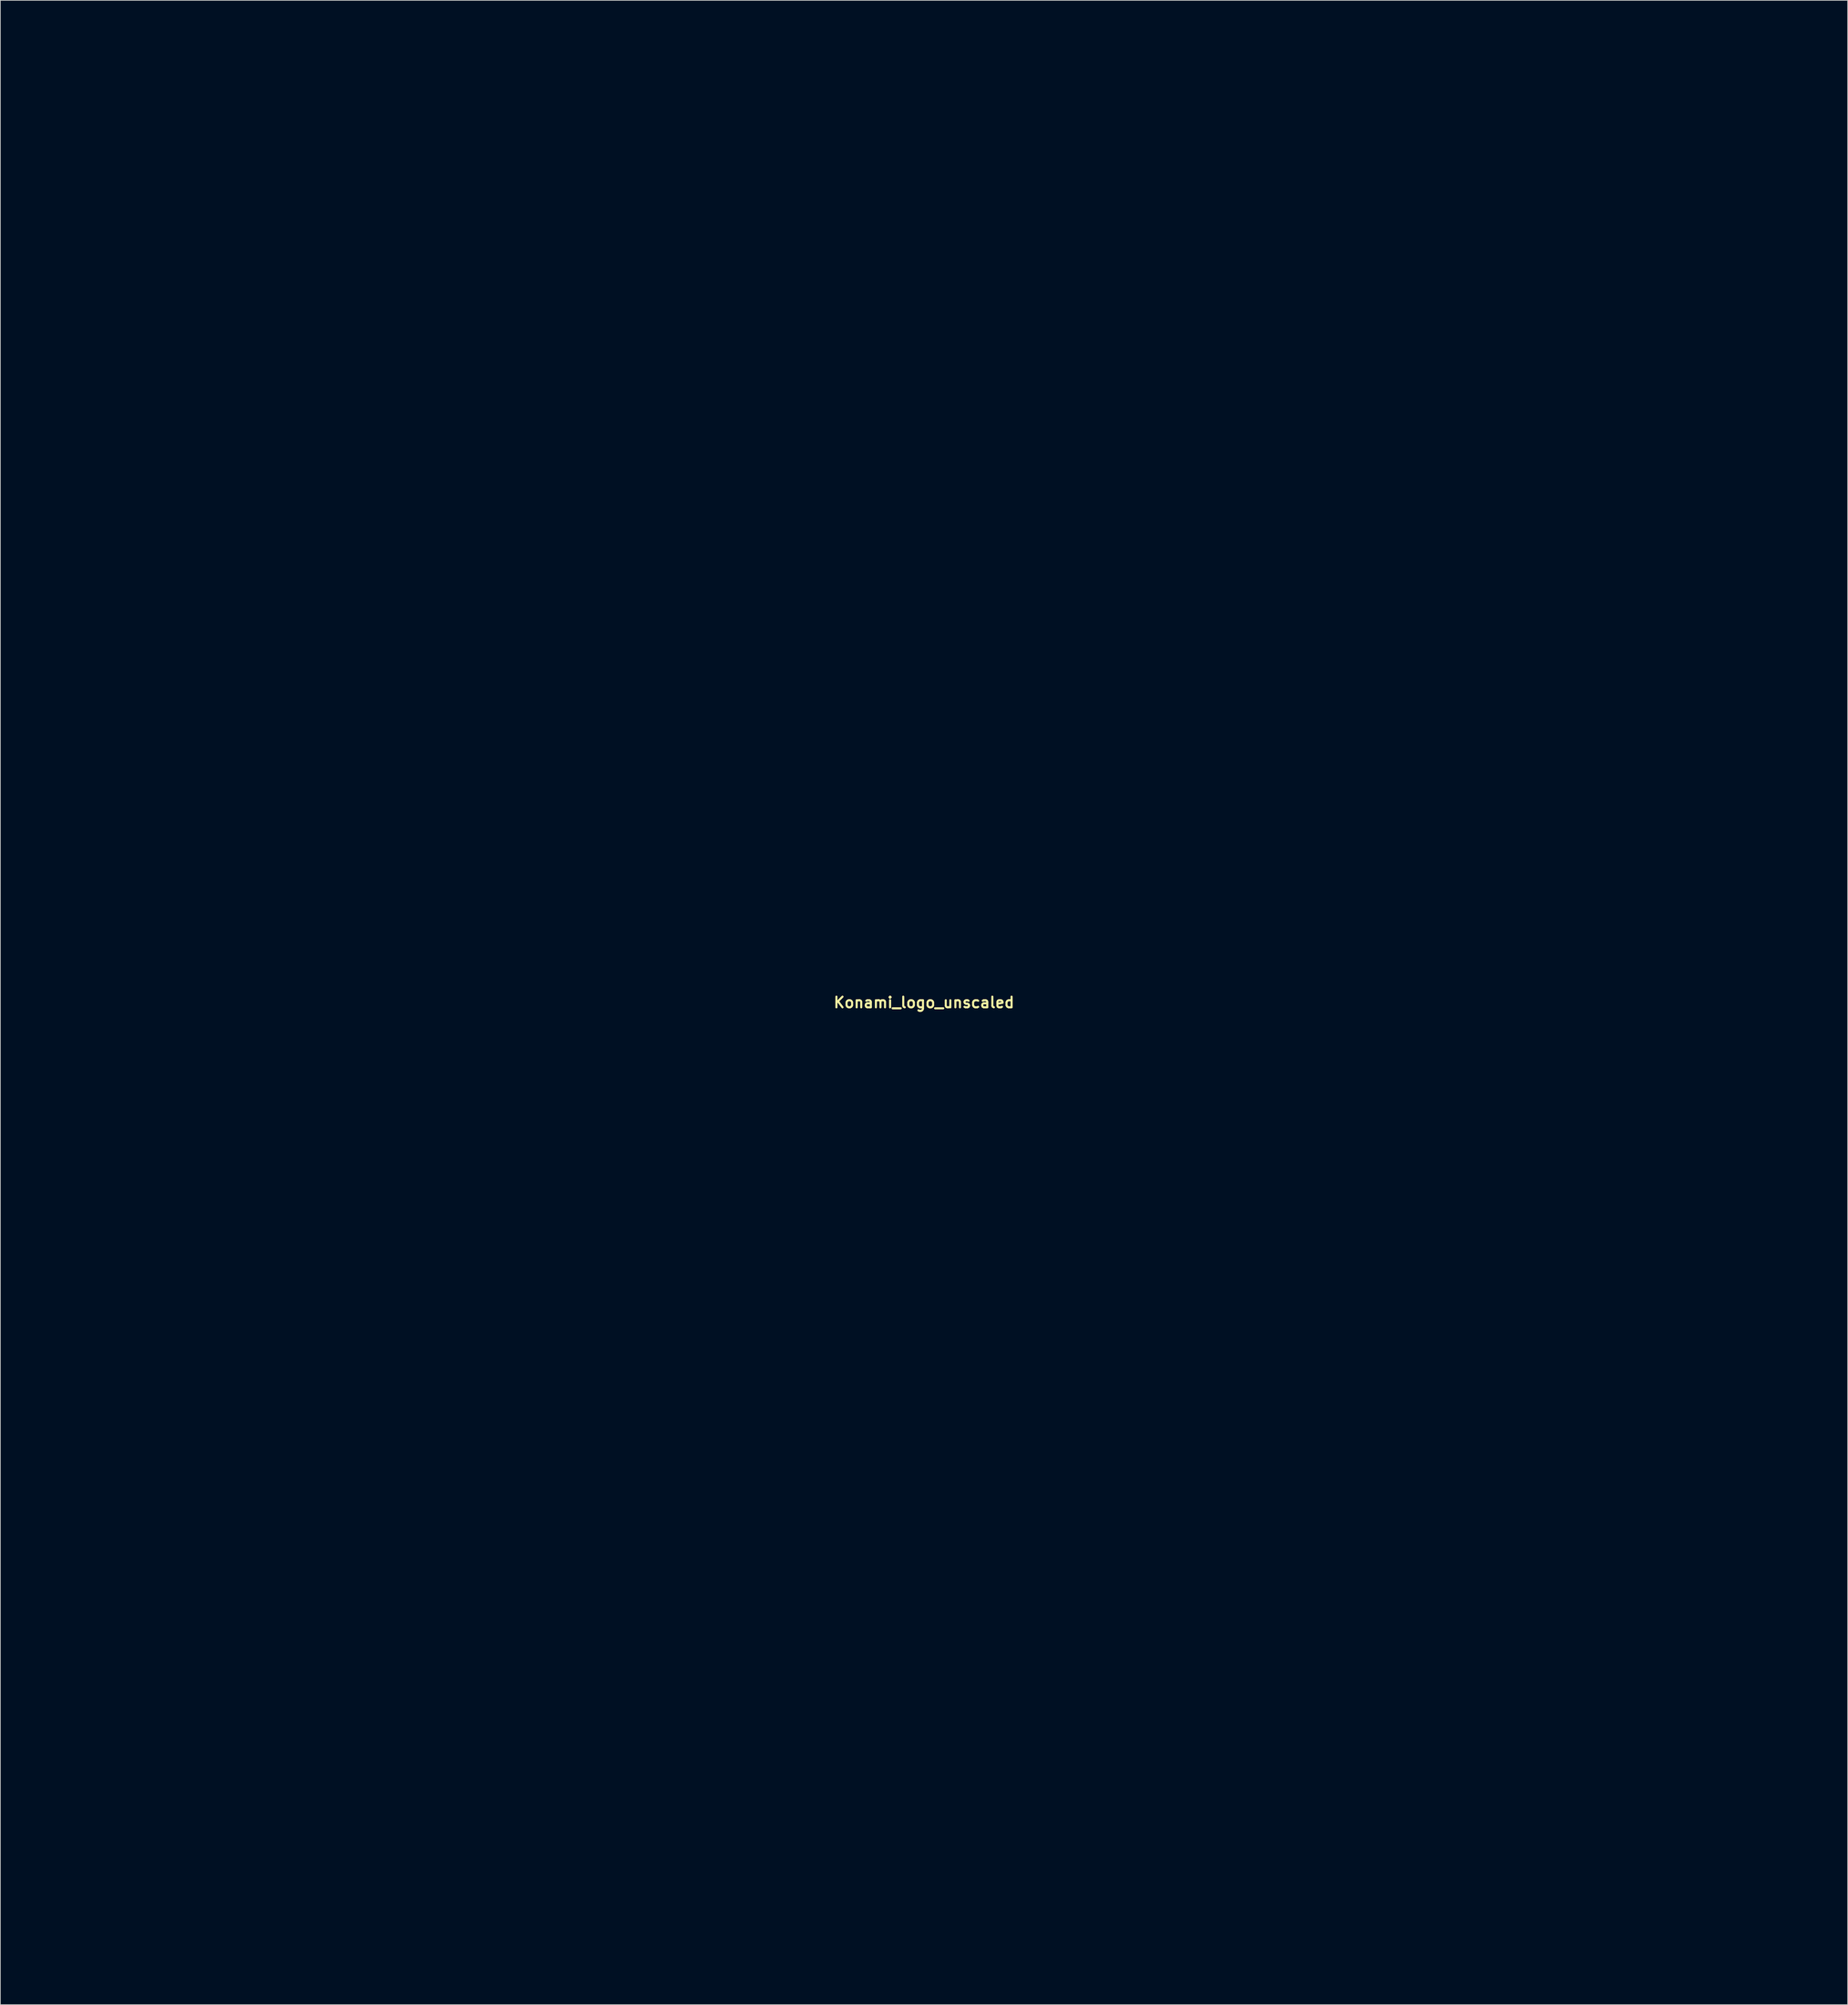
<source format=kicad_pcb>
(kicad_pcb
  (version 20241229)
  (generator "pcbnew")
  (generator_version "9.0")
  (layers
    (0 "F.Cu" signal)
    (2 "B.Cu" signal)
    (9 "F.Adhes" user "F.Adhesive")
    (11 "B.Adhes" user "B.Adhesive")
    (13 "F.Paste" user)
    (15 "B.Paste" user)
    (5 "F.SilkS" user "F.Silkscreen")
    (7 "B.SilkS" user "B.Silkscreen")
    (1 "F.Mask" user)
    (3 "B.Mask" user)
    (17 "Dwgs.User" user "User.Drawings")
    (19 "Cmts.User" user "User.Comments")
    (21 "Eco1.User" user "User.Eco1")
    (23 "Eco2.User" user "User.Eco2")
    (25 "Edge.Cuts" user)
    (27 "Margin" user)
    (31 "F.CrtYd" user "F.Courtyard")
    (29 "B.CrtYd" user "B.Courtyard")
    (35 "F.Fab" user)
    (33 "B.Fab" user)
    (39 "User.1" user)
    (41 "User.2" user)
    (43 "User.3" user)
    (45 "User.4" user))
  (footprint "Konami_logo_unscaled"
    (layer "F.Cu")
    (at 129.411 140.641)
    (property "Reference" "Konami_logo_unscaled" (at 0 0 0) (layer "F.SilkS") (effects (font (size 1.524 1.524) (thickness 0.3))))
    (attr through_hole)
    (fp_poly (pts (xy 28.839 100.695) (xy 28.847 101.076) (xy 28.822 101.905) (xy 28.769 103.093) (xy 28.694 104.555) (xy 28.601 106.203) (xy 28.497 107.951) (xy 28.387 109.712) (xy 28.275 111.399) (xy 28.168 112.927) (xy 28.07 114.207) (xy 27.987 115.153) (xy 27.923 115.679) (xy 27.919 115.704) (xy 27.857 115.928) (xy 27.723 116.089) (xy 27.439 116.196) (xy 26.925 116.26) (xy 26.101 116.292) (xy 24.889 116.304) (xy 23.515 116.305) (xy 19.233 116.305) (xy 19.576 115.676) (xy 20.212 114.536) (xy 20.997 113.176) (xy 21.893 111.655) (xy 22.863 110.033) (xy 23.871 108.372) (xy 24.878 106.731) (xy 25.847 105.17) (xy 26.741 103.751) (xy 27.523 102.532) (xy 28.155 101.576) (xy 28.6 100.94) (xy 28.822 100.688) (xy 28.839 100.695)) (stroke (width 0.01) (type solid)) (fill no) (layer "Eco2.User"))
    (fp_poly (pts (xy -53.077 99.34) (xy -51.533 99.427) (xy -50.366 99.701) (xy -49.436 100.215) (xy -48.604 101.024) (xy -48.566 101.068) (xy -47.996 101.84) (xy -47.642 102.607) (xy -47.5 103.473) (xy -47.563 104.54) (xy -47.827 105.912) (xy -48.234 107.495) (xy -48.771 109.344) (xy -49.407 111.336) (xy -50.102 113.361) (xy -50.815 115.312) (xy -51.507 117.08) (xy -52.139 118.555) (xy -52.669 119.629) (xy -52.692 119.67) (xy -53.819 121.37) (xy -55.097 122.804) (xy -56.425 123.869) (xy -57.073 124.229) (xy -58.821 124.771) (xy -60.697 124.886) (xy -62.53 124.576) (xy -63.67 124.12) (xy -64.952 123.252) (xy -65.779 122.176) (xy -66.186 120.826) (xy -66.215 119.238) (xy -66.007 117.883) (xy -65.583 116.163) (xy -64.984 114.18) (xy -64.249 112.04) (xy -63.419 109.846) (xy -62.533 107.701) (xy -61.632 105.71) (xy -60.754 103.977) (xy -59.941 102.606) (xy -59.676 102.226) (xy -58.726 101.255) (xy -57.359 100.385) (xy -57.037 100.221) (xy -56.018 99.752) (xy -55.19 99.484) (xy -54.315 99.364) (xy -53.158 99.34) (xy -53.077 99.34)) (stroke (width 0.01) (type solid)) (fill no) (layer "Eco2.User"))
    (fp_poly (pts (xy 129.406 140.636) (xy -129.406 140.636) (xy -129.406 131.861) (xy -117.375 131.861) (xy -117.121 131.928) (xy -116.413 131.98) (xy -115.332 132.015) (xy -113.958 132.029) (xy -112.371 132.022) (xy -112.103 132.019) (xy -106.832 131.946) (xy -102.813 121.599) (xy -101.949 119.389) (xy -101.14 117.349) (xy -100.408 115.531) (xy -99.774 113.984) (xy -99.257 112.759) (xy -98.88 111.907) (xy -98.663 111.478) (xy -98.621 111.439) (xy -98.519 111.731) (xy -98.3 112.485) (xy -97.981 113.644) (xy -97.575 115.152) (xy -97.1 116.952) (xy -96.568 118.987) (xy -95.997 121.201) (xy -95.829 121.853) (xy -93.211 132.08) (xy -86.978 132.08) (xy -85.217 132.076) (xy -83.648 132.065) (xy -82.347 132.048) (xy -81.387 132.026) (xy -80.842 132.001) (xy -80.745 131.984) (xy -80.811 131.713) (xy -81 130.98) (xy -81.298 129.84) (xy -81.689 128.346) (xy -82.16 126.555) (xy -82.697 124.52) (xy -83.285 122.296) (xy -83.553 121.283) (xy -83.765 120.479) (xy -77.278 120.479) (xy -77.19 122.369) (xy -76.953 124.026) (xy -76.725 124.891) (xy -75.701 127.2) (xy -74.317 129.113) (xy -72.574 130.631) (xy -70.471 131.753) (xy -70.357 131.799) (xy -68.23 132.445) (xy -65.759 132.881) (xy -63.094 133.096) (xy -60.386 133.077) (xy -57.786 132.813) (xy -57.409 132.751) (xy -54.623 132.091) (xy 38.838 132.091) (xy 48.982 131.946) (xy 54.628 116.88) (xy 55.638 114.192) (xy 56.593 111.666) (xy 57.476 109.344) (xy 58.271 107.268) (xy 58.962 105.48) (xy 59.532 104.023) (xy 59.965 102.939) (xy 60.245 102.27) (xy 60.356 102.06) (xy 60.356 102.061) (xy 60.352 102.367) (xy 60.312 103.156) (xy 60.238 104.381) (xy 60.133 105.99) (xy 60.002 107.935) (xy 59.847 110.167) (xy 59.672 112.635) (xy 59.479 115.291) (xy 59.362 116.885) (xy 59.16 119.629) (xy 58.97 122.216) (xy 58.797 124.596) (xy 58.642 126.719) (xy 58.511 128.536) (xy 58.407 129.997) (xy 58.333 131.052) (xy 58.293 131.652) (xy 58.286 131.771) (xy 58.46 131.888) (xy 59.008 131.975) (xy 59.971 132.032) (xy 61.387 132.063) (xy 63.298 132.069) (xy 63.299 132.069) (xy 68.313 132.058) (xy 78.182 116.829) (xy 79.849 114.259) (xy 81.431 111.825) (xy 82.903 109.565) (xy 84.242 107.513) (xy 85.424 105.707) (xy 86.424 104.183) (xy 87.22 102.979) (xy 87.787 102.129) (xy 88.101 101.672) (xy 88.157 101.6) (xy 88.16 101.766) (xy 88.141 101.801) (xy 88.024 102.084) (xy 87.738 102.814) (xy 87.304 103.938) (xy 86.742 105.4) (xy 86.072 107.148) (xy 85.315 109.129) (xy 84.491 111.288) (xy 83.621 113.572) (xy 82.725 115.927) (xy 81.822 118.3) (xy 80.935 120.637) (xy 80.083 122.885) (xy 79.286 124.99) (xy 78.565 126.898) (xy 77.94 128.556) (xy 77.432 129.91) (xy 77.06 130.906) (xy 76.846 131.491) (xy 76.803 131.618) (xy 76.788 131.785) (xy 76.896 131.906) (xy 77.197 131.986) (xy 77.76 132.031) (xy 78.655 132.047) (xy 79.951 132.041) (xy 81.573 132.019) (xy 86.478 131.946) (xy 86.553 131.746) (xy 93.592 131.746) (xy 93.714 131.869) (xy 94.126 131.96) (xy 94.883 132.023) (xy 96.04 132.061) (xy 97.65 132.078) (xy 98.61 132.08) (xy 103.641 132.08) (xy 111.044 112.495) (xy 112.21 109.409) (xy 113.319 106.466) (xy 114.357 103.707) (xy 115.311 101.169) (xy 116.164 98.89) (xy 116.904 96.909) (xy 117.516 95.264) (xy 117.985 93.994) (xy 118.298 93.137) (xy 118.439 92.731) (xy 118.445 92.704) (xy 118.191 92.644) (xy 117.484 92.598) (xy 116.406 92.569) (xy 115.038 92.558) (xy 113.462 92.568) (xy 113.304 92.571) (xy 108.163 92.643) (xy 100.885 112.027) (xy 99.731 115.103) (xy 98.634 118.036) (xy 97.607 120.789) (xy 96.664 123.322) (xy 95.821 125.596) (xy 95.092 127.573) (xy 94.49 129.213) (xy 94.031 130.477) (xy 93.728 131.327) (xy 93.597 131.724) (xy 93.592 131.746) (xy 86.553 131.746) (xy 93.76 112.562) (xy 94.913 109.487) (xy 96.011 106.553) (xy 97.039 103.8) (xy 97.981 101.267) (xy 98.825 98.992) (xy 99.554 97.015) (xy 100.156 95.375) (xy 100.615 94.11) (xy 100.918 93.259) (xy 101.049 92.862) (xy 101.053 92.84) (xy 100.953 92.745) (xy 100.614 92.671) (xy 99.991 92.616) (xy 99.04 92.579) (xy 97.717 92.559) (xy 95.975 92.553) (xy 93.77 92.562) (xy 92.204 92.573) (xy 83.343 92.643) (xy 75.56 106.339) (xy 74.154 108.808) (xy 72.827 111.127) (xy 71.602 113.255) (xy 70.503 115.154) (xy 69.552 116.783) (xy 68.773 118.103) (xy 68.19 119.073) (xy 67.825 119.655) (xy 67.701 119.812) (xy 67.721 119.511) (xy 67.806 118.731) (xy 67.951 117.525) (xy 68.148 115.946) (xy 68.392 114.044) (xy 68.675 111.871) (xy 68.991 109.48) (xy 69.333 106.922) (xy 69.372 106.628) (xy 69.72 104.04) (xy 70.044 101.6) (xy 70.339 99.364) (xy 70.596 97.383) (xy 70.81 95.713) (xy 70.973 94.406) (xy 71.079 93.518) (xy 71.12 93.1) (xy 71.12 93.088) (xy 71.12 92.509) (xy 62.446 92.509) (xy 59.793 92.516) (xy 57.647 92.537) (xy 55.984 92.573) (xy 54.777 92.625) (xy 53.999 92.693) (xy 53.625 92.779) (xy 53.587 92.811) (xy 53.466 93.103) (xy 53.172 93.858) (xy 52.722 95.036) (xy 52.129 96.599) (xy 51.407 98.508) (xy 50.572 100.724) (xy 49.638 103.207) (xy 48.619 105.921) (xy 47.532 108.824) (xy 46.389 111.88) (xy 46.119 112.601) (xy 38.838 132.091) (xy -54.623 132.091) (xy -54.622 132.091) (xy -2.135 132.091) (xy 3.258 132.019) (xy 8.651 131.946) (xy 11.23 128.203) (xy 13.808 124.46) (xy 20.712 124.389) (xy 27.617 124.317) (xy 27.455 126.126) (xy 27.345 127.364) (xy 27.218 128.803) (xy 27.112 130.008) (xy 26.93 132.08) (xy 36.841 132.08) (xy 36.999 128.27) (xy 37.038 127.114) (xy 37.082 125.511) (xy 37.128 123.552) (xy 37.175 121.325) (xy 37.219 118.918) (xy 37.261 116.421) (xy 37.295 114.033) (xy 37.333 111.431) (xy 37.376 108.747) (xy 37.423 106.088) (xy 37.472 103.558) (xy 37.52 101.265) (xy 37.567 99.314) (xy 37.601 98.053) (xy 37.767 92.5) (xy 23.714 92.643) (xy 12.122 110.289) (xy 10.265 113.116) (xy 8.467 115.856) (xy 6.752 118.47) (xy 5.146 120.918) (xy 3.676 123.161) (xy 2.366 125.161) (xy 1.242 126.879) (xy 0.33 128.274) (xy -0.345 129.308) (xy -0.756 129.942) (xy -0.802 130.013) (xy -2.135 132.091) (xy -54.622 132.091) (xy -54.575 132.08) (xy -41.434 132.08) (xy -31.34 132.08) (xy -30.948 131.077) (xy -30.785 130.644) (xy -30.459 129.756) (xy -29.986 128.464) (xy -29.384 126.815) (xy -28.671 124.86) (xy -27.866 122.645) (xy -26.986 120.222) (xy -26.048 117.637) (xy -25.371 115.771) (xy -20.186 101.466) (xy -20.022 113.364) (xy -19.987 115.987) (xy -19.952 118.571) (xy -19.919 121.039) (xy -19.889 123.315) (xy -19.863 125.323) (xy -19.842 126.987) (xy -19.827 128.23) (xy -19.822 128.671) (xy -19.785 132.08) (xy -12.098 132.074) (xy -4.412 132.067) (xy 2.875 112.489) (xy 4.024 109.4) (xy 5.117 106.456) (xy 6.14 103.694) (xy 7.079 101.155) (xy 7.92 98.876) (xy 8.648 96.895) (xy 9.25 95.252) (xy 9.711 93.984) (xy 10.017 93.131) (xy 10.155 92.73) (xy 10.161 92.704) (xy 9.907 92.643) (xy 9.202 92.597) (xy 8.127 92.568) (xy 6.767 92.558) (xy 5.204 92.57) (xy 5.178 92.57) (xy 0.196 92.643) (xy -4.758 107.416) (xy -5.66 110.097) (xy -6.512 112.619) (xy -7.3 114.935) (xy -8.008 117.004) (xy -8.621 118.78) (xy -9.124 120.219) (xy -9.501 121.278) (xy -9.738 121.912) (xy -9.818 122.084) (xy -9.845 121.809) (xy -9.888 121.06) (xy -9.946 119.897) (xy -10.017 118.379) (xy -10.097 116.566) (xy -10.185 114.519) (xy -10.278 112.296) (xy -10.374 109.959) (xy -10.47 107.567) (xy -10.563 105.179) (xy -10.652 102.856) (xy -10.735 100.658) (xy -10.808 98.645) (xy -10.869 96.876) (xy -10.916 95.412) (xy -10.946 94.311) (xy -10.958 93.646) (xy -10.962 92.509) (xy -26.905 92.509) (xy -33.675 111.025) (xy -34.786 114.064) (xy -35.855 116.983) (xy -36.864 119.737) (xy -37.798 122.285) (xy -38.641 124.582) (xy -39.378 126.588) (xy -39.993 128.258) (xy -40.469 129.55) (xy -40.793 130.421) (xy -40.939 130.81) (xy -41.434 132.08) (xy -54.575 132.08) (xy -54.156 131.981) (xy -51.275 130.858) (xy -48.718 129.358) (xy -46.433 127.457) (xy -46.121 127.146) (xy -44.953 125.86) (xy -43.901 124.476) (xy -42.91 122.901) (xy -41.92 121.04) (xy -40.875 118.797) (xy -40.393 117.688) (xy -39.058 114.431) (xy -38.013 111.565) (xy -37.244 109.037) (xy -36.739 106.796) (xy -36.487 104.788) (xy -36.475 102.962) (xy -36.628 101.611) (xy -37.273 99.162) (xy -38.329 97.053) (xy -39.798 95.28) (xy -41.684 93.84) (xy -43.991 92.728) (xy -45.633 92.203) (xy -47.663 91.812) (xy -50.02 91.612) (xy -52.531 91.601) (xy -55.025 91.776) (xy -57.329 92.137) (xy -58.153 92.331) (xy -61.179 93.32) (xy -63.854 94.62) (xy -66.227 96.272) (xy -68.347 98.318) (xy -70.265 100.799) (xy -72.029 103.759) (xy -72.298 104.274) (xy -73.779 107.336) (xy -75.034 110.28) (xy -76.03 113.024) (xy -76.735 115.483) (xy -76.988 116.689) (xy -77.213 118.528) (xy -77.278 120.479) (xy -83.765 120.479) (xy -84.159 118.988) (xy -84.72 116.852) (xy -85.222 114.931) (xy -85.65 113.28) (xy -85.99 111.956) (xy -86.227 111.014) (xy -86.348 110.509) (xy -86.36 110.441) (xy -86.168 110.219) (xy -85.616 109.675) (xy -84.744 108.846) (xy -83.591 107.766) (xy -82.194 106.473) (xy -80.592 105.001) (xy -78.824 103.386) (xy -76.928 101.665) (xy -76.887 101.628) (xy -74.983 99.902) (xy -73.2 98.282) (xy -71.578 96.802) (xy -70.155 95.499) (xy -68.97 94.41) (xy -68.065 93.569) (xy -67.477 93.015) (xy -67.247 92.782) (xy -67.246 92.782) (xy -67.443 92.682) (xy -68.17 92.605) (xy -69.43 92.551) (xy -71.221 92.519) (xy -73.336 92.509) (xy -79.594 92.509) (xy -88.592 100.665) (xy -90.435 102.33) (xy -92.15 103.871) (xy -93.7 105.252) (xy -95.044 106.441) (xy -96.144 107.401) (xy -96.96 108.099) (xy -97.453 108.5) (xy -97.589 108.582) (xy -97.504 108.297) (xy -97.265 107.582) (xy -96.9 106.515) (xy -96.434 105.169) (xy -95.894 103.619) (xy -95.306 101.941) (xy -94.698 100.21) (xy -94.094 98.501) (xy -93.521 96.888) (xy -93.007 95.448) (xy -92.577 94.254) (xy -92.258 93.382) (xy -92.103 92.977) (xy -92.073 92.819) (xy -92.167 92.701) (xy -92.453 92.617) (xy -92.996 92.562) (xy -93.861 92.53) (xy -95.113 92.514) (xy -96.819 92.51) (xy -97.307 92.509) (xy -102.697 92.509) (xy -103.077 93.419) (xy -103.272 93.913) (xy -103.626 94.838) (xy -104.123 96.148) (xy -104.743 97.795) (xy -105.471 99.733) (xy -106.288 101.914) (xy -107.177 104.292) (xy -108.12 106.82) (xy -109.1 109.449) (xy -110.1 112.134) (xy -111.102 114.827) (xy -112.088 117.481) (xy -113.04 120.05) (xy -113.943 122.485) (xy -114.777 124.741) (xy -115.525 126.769) (xy -116.171 128.523) (xy -116.696 129.956) (xy -117.082 131.021) (xy -117.314 131.671) (xy -117.375 131.861) (xy -129.406 131.861) (xy -129.406 69.292) (xy -73.526 69.292) (xy -73.264 69.319) (xy -72.498 69.345) (xy -71.258 69.37) (xy -69.577 69.393) (xy -67.483 69.415) (xy -65.009 69.436) (xy -62.184 69.454) (xy -59.04 69.471) (xy -55.607 69.485) (xy -51.917 69.497) (xy -47.999 69.506) (xy -43.885 69.512) (xy -39.606 69.515) (xy -37.327 69.516) (xy -32.191 69.516) (xy -27.564 69.514) (xy -23.419 69.512) (xy -19.728 69.509) (xy -16.467 69.503) (xy -13.607 69.496) (xy -11.123 69.486) (xy -8.988 69.473) (xy -7.175 69.457) (xy -5.658 69.438) (xy -4.411 69.415) (xy -3.407 69.387) (xy -2.619 69.355) (xy -2.02 69.318) (xy -1.585 69.276) (xy -1.287 69.229) (xy -1.099 69.175) (xy -0.995 69.116) (xy -0.948 69.049) (xy -0.947 69.048) (xy -0.701 68.379) (xy -0.308 67.274) (xy 0.209 65.799) (xy 0.827 64.022) (xy 1.524 62.008) (xy 2.277 59.825) (xy 3.062 57.539) (xy 3.858 55.217) (xy 4.64 52.926) (xy 5.387 50.732) (xy 6.075 48.703) (xy 6.682 46.903) (xy 7.185 45.402) (xy 7.561 44.264) (xy 7.786 43.557) (xy 7.802 43.506) (xy 8.985 39.978) (xy 10.474 36.227) (xy 12.194 32.409) (xy 14.073 28.68) (xy 16.038 25.195) (xy 17.44 22.964) (xy 20.489 18.692) (xy 23.647 14.944) (xy 26.915 11.718) (xy 30.293 9.015) (xy 33.78 6.835) (xy 35.159 6.131) (xy 36.792 5.38) (xy 38.397 4.715) (xy 40.036 4.122) (xy 41.77 3.585) (xy 43.662 3.09) (xy 45.772 2.622) (xy 48.162 2.166) (xy 50.895 1.708) (xy 54.031 1.233) (xy 57.634 0.726) (xy 57.971 0.68) (xy 61.738 0.145) (xy 65.041 -0.374) (xy 67.953 -0.894) (xy 70.543 -1.43) (xy 72.883 -2.001) (xy 75.042 -2.621) (xy 77.093 -3.308) (xy 79.106 -4.077) (xy 79.958 -4.43) (xy 84.234 -6.511) (xy 88.289 -9.055) (xy 92.129 -12.067) (xy 95.76 -15.553) (xy 99.189 -19.521) (xy 102.422 -23.975) (xy 105.464 -28.924) (xy 107.107 -31.951) (xy 107.61 -32.981) (xy 108.202 -34.31) (xy 108.895 -35.969) (xy 109.702 -37.988) (xy 110.633 -40.398) (xy 111.703 -43.232) (xy 112.923 -46.519) (xy 113.856 -49.062) (xy 114.834 -51.738) (xy 115.781 -54.325) (xy 116.675 -56.769) (xy 117.497 -59.015) (xy 118.226 -61.006) (xy 118.842 -62.687) (xy 119.325 -64.004) (xy 119.655 -64.902) (xy 119.755 -65.172) (xy 120.57 -67.379) (xy 83.903 -67.311) (xy 47.236 -67.243) (xy 42.923 -53.875) (xy 41.797 -50.397) (xy 40.809 -47.371) (xy 39.935 -44.738) (xy 39.153 -42.439) (xy 38.442 -40.416) (xy 37.779 -38.609) (xy 37.141 -36.96) (xy 36.507 -35.411) (xy 35.854 -33.901) (xy 35.16 -32.374) (xy 34.404 -30.769) (xy 33.561 -29.028) (xy 33.422 -28.742) (xy 31.078 -24.257) (xy 28.661 -20.268) (xy 26.129 -16.737) (xy 23.442 -13.626) (xy 20.559 -10.897) (xy 17.439 -8.513) (xy 14.043 -6.435) (xy 10.328 -4.625) (xy 6.255 -3.046) (xy 5.577 -2.816) (xy 4.153 -2.355) (xy 2.757 -1.937) (xy 1.319 -1.548) (xy -0.23 -1.171) (xy -1.96 -0.793) (xy -3.94 -0.397) (xy -6.239 0.031) (xy -8.927 0.506) (xy -12.073 1.045) (xy -12.165 1.06) (xy -16.892 1.902) (xy -21.138 2.756) (xy -24.956 3.643) (xy -28.4 4.585) (xy -31.522 5.602) (xy -34.376 6.717) (xy -37.016 7.95) (xy -39.494 9.323) (xy -41.865 10.856) (xy -44.182 12.572) (xy -46.497 14.492) (xy -47.028 14.958) (xy -49.405 17.294) (xy -51.802 20.084) (xy -54.168 23.251) (xy -56.452 26.72) (xy -58.605 30.413) (xy -60.575 34.254) (xy -62.174 37.833) (xy -62.427 38.473) (xy -62.825 39.524) (xy -63.35 40.933) (xy -63.982 42.648) (xy -64.704 44.615) (xy -65.495 46.783) (xy -66.337 49.098) (xy -67.211 51.508) (xy -68.097 53.961) (xy -68.978 56.403) (xy -69.833 58.782) (xy -70.644 61.045) (xy -71.391 63.139) (xy -72.057 65.013) (xy -72.621 66.612) (xy -73.065 67.886) (xy -73.37 68.78) (xy -73.516 69.242) (xy -73.526 69.292) (xy -129.406 69.292) (xy -129.406 2.273) (xy -121.802 2.273) (xy -121.75 2.333) (xy -121.615 2.386) (xy -121.368 2.433) (xy -120.986 2.474) (xy -120.44 2.51) (xy -119.705 2.541) (xy -118.755 2.567) (xy -117.563 2.588) (xy -116.104 2.605) (xy -114.351 2.618) (xy -112.278 2.627) (xy -109.858 2.632) (xy -107.067 2.635) (xy -103.876 2.634) (xy -100.262 2.631) (xy -96.196 2.626) (xy -91.653 2.619) (xy -86.607 2.61) (xy -85.528 2.608) (xy -49.078 2.54) (xy -44.771 -10.828) (xy -43.614 -14.403) (xy -42.591 -17.525) (xy -41.679 -20.256) (xy -40.855 -22.655) (xy -40.098 -24.781) (xy -39.386 -26.696) (xy -38.695 -28.458) (xy -38.003 -30.127) (xy -37.289 -31.764) (xy -36.529 -33.428) (xy -35.702 -35.179) (xy -35.659 -35.269) (xy -33.04 -40.364) (xy -30.316 -44.937) (xy -27.485 -48.989) (xy -24.546 -52.522) (xy -21.497 -55.538) (xy -19.652 -57.072) (xy -18.057 -58.262) (xy -16.499 -59.319) (xy -14.927 -60.257) (xy -13.29 -61.094) (xy -11.538 -61.845) (xy -9.619 -62.526) (xy -7.482 -63.155) (xy -5.077 -63.745) (xy -2.353 -64.315) (xy 0.741 -64.88) (xy 4.255 -65.455) (xy 8.242 -66.058) (xy 9.091 -66.182) (xy 12.762 -66.73) (xy 15.97 -67.244) (xy 18.783 -67.741) (xy 21.27 -68.235) (xy 23.501 -68.744) (xy 25.543 -69.282) (xy 27.466 -69.865) (xy 29.339 -70.509) (xy 31.23 -71.231) (xy 31.416 -71.305) (xy 35.76 -73.307) (xy 39.83 -75.729) (xy 43.634 -78.578) (xy 47.183 -81.866) (xy 50.485 -85.602) (xy 53.549 -89.797) (xy 56.385 -94.46) (xy 59.003 -99.602) (xy 60.366 -102.669) (xy 60.626 -103.32) (xy 61.031 -104.381) (xy 61.562 -105.799) (xy 62.2 -107.522) (xy 62.926 -109.496) (xy 63.72 -111.669) (xy 64.564 -113.987) (xy 65.438 -116.397) (xy 66.323 -118.847) (xy 67.201 -121.284) (xy 68.052 -123.654) (xy 68.857 -125.906) (xy 69.596 -127.984) (xy 70.252 -129.838) (xy 70.804 -131.413) (xy 71.234 -132.657) (xy 71.522 -133.517) (xy 71.65 -133.939) (xy 71.655 -133.969) (xy 71.39 -134.005) (xy 70.608 -134.038) (xy 69.325 -134.069) (xy 67.557 -134.098) (xy 65.323 -134.123) (xy 62.638 -134.146) (xy 59.52 -134.166) (xy 55.986 -134.183) (xy 52.052 -134.197) (xy 47.736 -134.208) (xy 43.054 -134.215) (xy 38.023 -134.219) (xy 35.426 -134.219) (xy 31.071 -134.218) (xy 26.865 -134.216) (xy 22.84 -134.213) (xy 19.026 -134.209) (xy 15.454 -134.204) (xy 12.154 -134.198) (xy 9.157 -134.191) (xy 6.495 -134.183) (xy 4.198 -134.175) (xy 2.296 -134.165) (xy 0.82 -134.156) (xy -0.199 -134.145) (xy -0.729 -134.135) (xy -0.802 -134.129) (xy -0.887 -133.866) (xy -1.129 -133.147) (xy -1.514 -132.018) (xy -2.023 -130.528) (xy -2.641 -128.726) (xy -3.352 -126.66) (xy -4.137 -124.377) (xy -4.982 -121.927) (xy -5.177 -121.362) (xy -6.066 -118.779) (xy -6.924 -116.268) (xy -7.732 -113.892) (xy -8.468 -111.711) (xy -9.112 -109.787) (xy -9.643 -108.181) (xy -10.041 -106.955) (xy -10.285 -106.17) (xy -10.292 -106.145) (xy -11.987 -101.099) (xy -14.081 -96.172) (xy -16.523 -91.466) (xy -19.263 -87.08) (xy -21.253 -84.355) (xy -23.533 -81.712) (xy -26.17 -79.136) (xy -29.043 -76.728) (xy -32.029 -74.585) (xy -35.007 -72.806) (xy -36.172 -72.218) (xy -37.684 -71.522) (xy -39.182 -70.889) (xy -40.72 -70.306) (xy -42.351 -69.759) (xy -44.128 -69.234) (xy -46.105 -68.717) (xy -48.335 -68.194) (xy -50.872 -67.652) (xy -53.769 -67.076) (xy -57.08 -66.453) (xy -60.858 -65.768) (xy -61.499 -65.654) (xy -65.431 -64.928) (xy -68.904 -64.225) (xy -71.993 -63.528) (xy -74.772 -62.816) (xy -77.316 -62.072) (xy -79.698 -61.275) (xy -81.884 -60.451) (xy -86.4 -58.374) (xy -90.628 -55.851) (xy -94.556 -52.891) (xy -98.177 -49.505) (xy -101.481 -45.702) (xy -104.46 -41.491) (xy -107.104 -36.882) (xy -109.404 -31.884) (xy -109.7 -31.148) (xy -109.964 -30.458) (xy -110.389 -29.318) (xy -110.956 -27.78) (xy -111.645 -25.897) (xy -112.437 -23.723) (xy -113.314 -21.309) (xy -114.255 -18.71) (xy -115.241 -15.977) (xy -116.132 -13.502) (xy -117.116 -10.768) (xy -118.048 -8.175) (xy -118.914 -5.77) (xy -119.697 -3.597) (xy -120.38 -1.702) (xy -120.948 -0.129) (xy -121.384 1.077) (xy -121.671 1.87) (xy -121.794 2.206) (xy -121.795 2.207) (xy -121.802 2.273) (xy -129.406 2.273) (xy -129.406 -140.636) (xy 129.406 -140.636) (xy 129.406 140.636)) (stroke (width 0.01) (type solid)) (fill no) (layer "Eco2.User")))
  (gr_rect
    (start -3 -3)
    (end 261.823 284.282)
    (stroke (width 0.1) (type default))
    (fill no)
    (layer "Edge.Cuts")))
</source>
